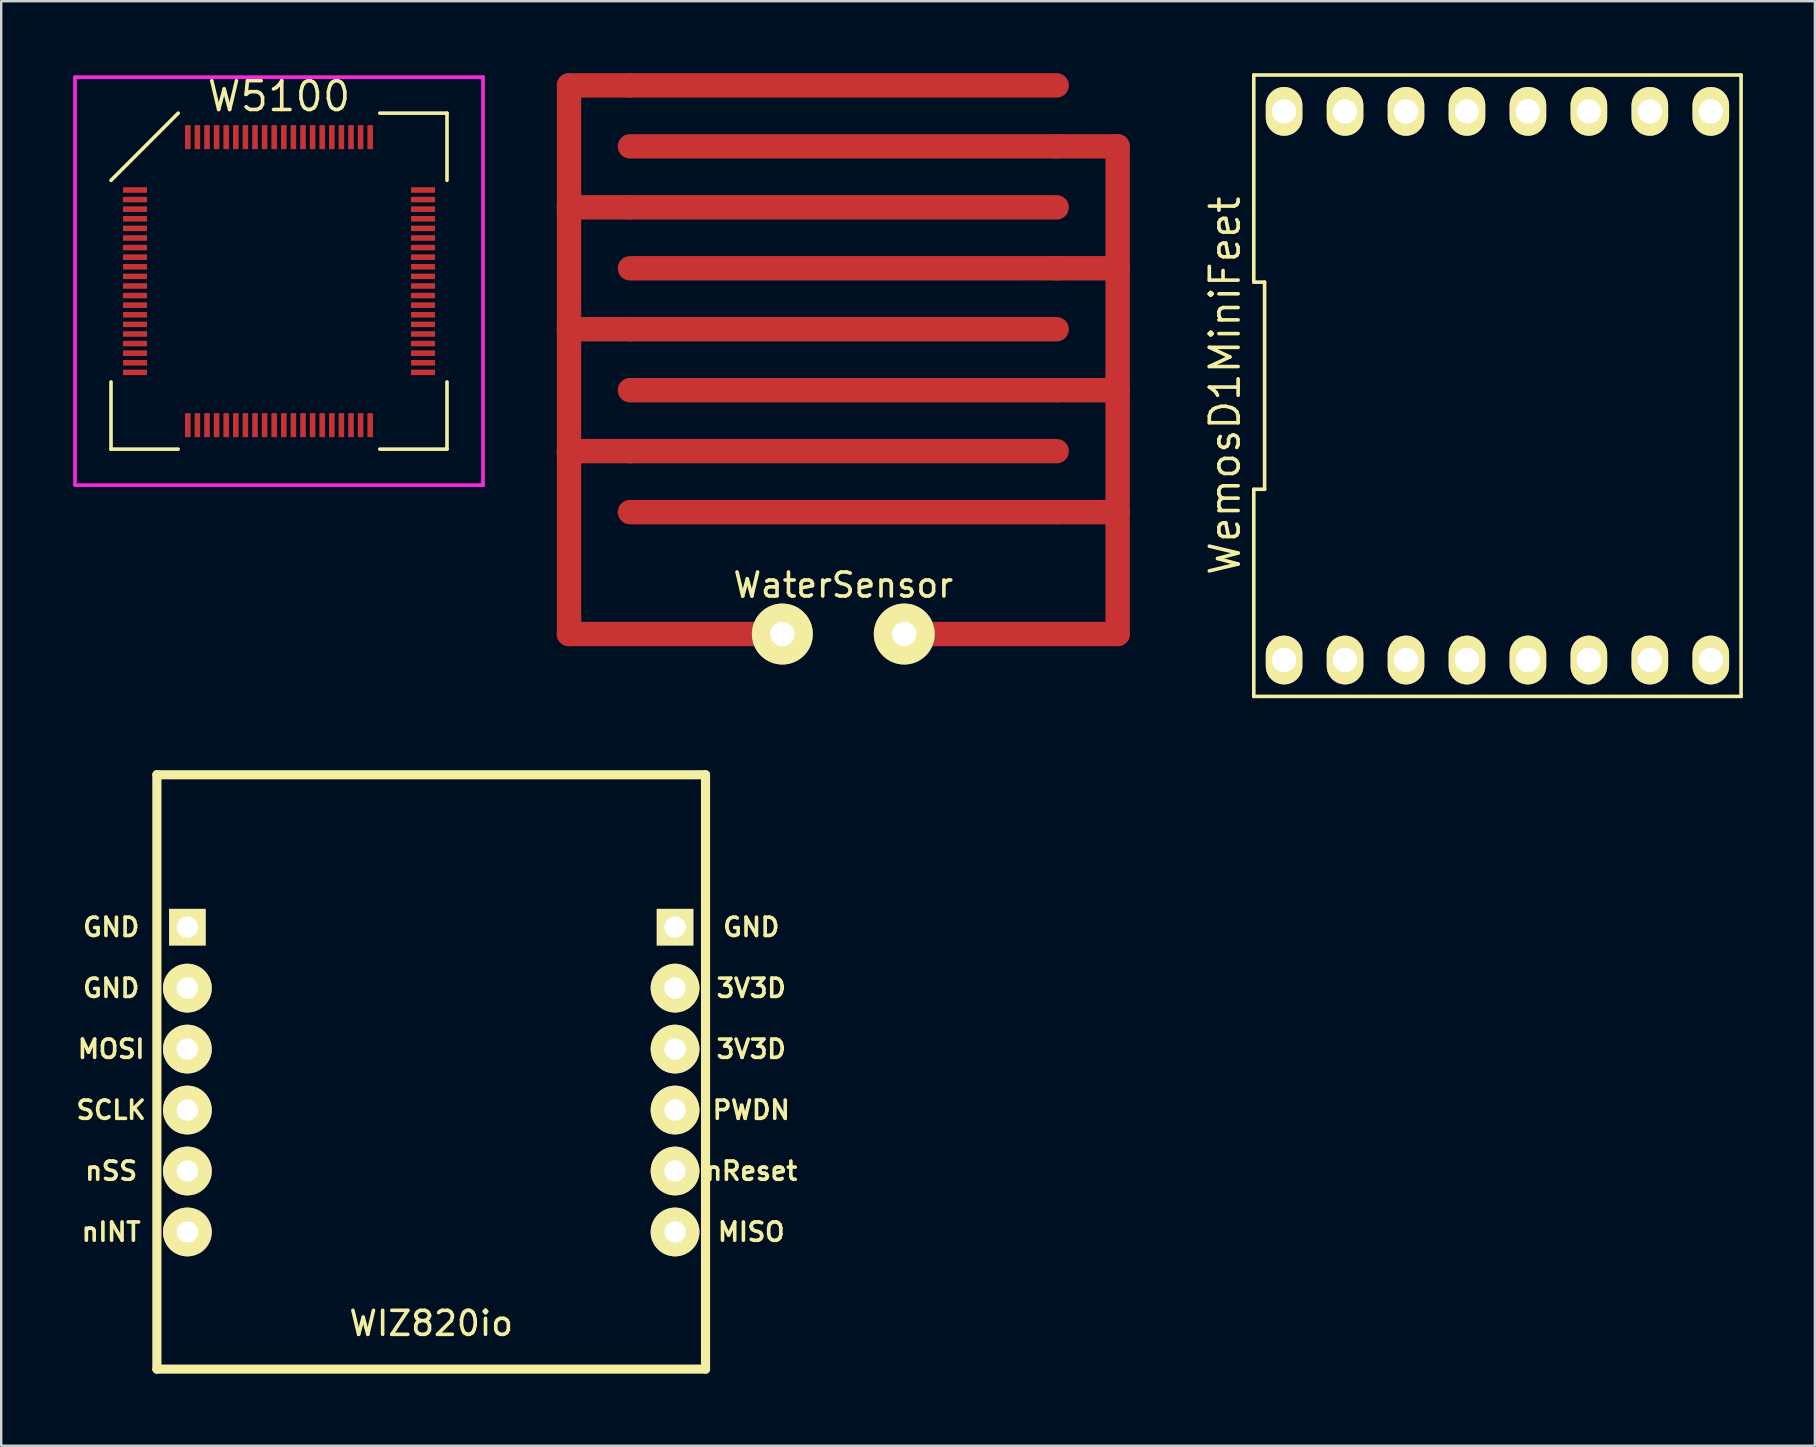
<source format=kicad_pcb>
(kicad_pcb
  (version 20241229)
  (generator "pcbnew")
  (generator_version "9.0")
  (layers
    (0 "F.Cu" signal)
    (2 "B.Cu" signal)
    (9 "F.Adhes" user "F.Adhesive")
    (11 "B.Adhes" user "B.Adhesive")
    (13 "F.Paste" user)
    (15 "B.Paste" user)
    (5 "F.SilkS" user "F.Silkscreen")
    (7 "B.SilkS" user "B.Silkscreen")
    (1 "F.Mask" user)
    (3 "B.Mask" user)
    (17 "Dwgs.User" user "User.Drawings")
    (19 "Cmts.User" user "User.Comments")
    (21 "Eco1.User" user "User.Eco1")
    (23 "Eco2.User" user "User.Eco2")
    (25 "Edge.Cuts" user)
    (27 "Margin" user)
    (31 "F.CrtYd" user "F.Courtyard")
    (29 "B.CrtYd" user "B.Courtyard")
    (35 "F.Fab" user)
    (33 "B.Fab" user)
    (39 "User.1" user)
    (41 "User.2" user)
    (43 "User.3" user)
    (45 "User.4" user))
  (footprint "WaterSensor"
    (layer "F.Cu")
    (at 32.088 20.828)
    (property "Reference" "WaterSensor" (at 0 0.5 0) (layer "F.SilkS") (effects (font (size 1 1) (thickness 0.15))))
    (attr through_hole)
    (fp_line (start -11.43 -20.32) (end -11.43 -15.24) (stroke (width 1.016) (type solid)) (layer "F.Cu"))
    (fp_line (start -11.43 -15.24) (end -8.89 -15.24) (stroke (width 1.016) (type solid)) (layer "F.Cu"))
    (fp_line (start -11.43 -10.16) (end -11.43 -15.24) (stroke (width 1.016) (type solid)) (layer "F.Cu"))
    (fp_line (start -11.43 -10.16) (end -11.43 -5.08) (stroke (width 1.016) (type solid)) (layer "F.Cu"))
    (fp_line (start -11.43 -5.08) (end -8.89 -5.08) (stroke (width 1.016) (type solid)) (layer "F.Cu"))
    (fp_line (start -11.43 2.54) (end -11.43 -5.08) (stroke (width 1.016) (type solid)) (layer "F.Cu"))
    (fp_line (start -8.89 -20.32) (end -11.43 -20.32) (stroke (width 1.016) (type solid)) (layer "F.Cu"))
    (fp_line (start -8.89 -20.32) (end 8.89 -20.32) (stroke (width 1.016) (type solid)) (layer "F.Cu"))
    (fp_line (start -8.89 -12.7) (end 8.89 -12.7) (stroke (width 1.016) (type solid)) (layer "F.Cu"))
    (fp_line (start -8.89 -10.16) (end -11.43 -10.16) (stroke (width 1.016) (type solid)) (layer "F.Cu"))
    (fp_line (start -8.89 -10.16) (end 8.89 -10.16) (stroke (width 1.016) (type solid)) (layer "F.Cu"))
    (fp_line (start -8.89 -5.08) (end 8.89 -5.08) (stroke (width 1.016) (type solid)) (layer "F.Cu"))
    (fp_line (start -8.89 -2.54) (end 8.89 -2.54) (stroke (width 1.016) (type solid)) (layer "F.Cu"))
    (fp_line (start -2.54 2.54) (end -11.43 2.54) (stroke (width 1.016) (type solid)) (layer "F.Cu"))
    (fp_line (start 2.54 2.54) (end 11.43 2.54) (stroke (width 1.016) (type solid)) (layer "F.Cu"))
    (fp_line (start 8.89 -17.78) (end -8.89 -17.78) (stroke (width 1.016) (type solid)) (layer "F.Cu"))
    (fp_line (start 8.89 -15.24) (end -8.89 -15.24) (stroke (width 1.016) (type solid)) (layer "F.Cu"))
    (fp_line (start 8.89 -7.62) (end -8.89 -7.62) (stroke (width 1.016) (type solid)) (layer "F.Cu"))
    (fp_line (start 8.89 -2.54) (end 11.43 -2.54) (stroke (width 1.016) (type solid)) (layer "F.Cu"))
    (fp_line (start 11.43 -17.78) (end 8.89 -17.78) (stroke (width 1.016) (type solid)) (layer "F.Cu"))
    (fp_line (start 11.43 -12.7) (end 8.89 -12.7) (stroke (width 1.016) (type solid)) (layer "F.Cu"))
    (fp_line (start 11.43 -12.7) (end 11.43 -17.78) (stroke (width 1.016) (type solid)) (layer "F.Cu"))
    (fp_line (start 11.43 -7.62) (end 8.89 -7.62) (stroke (width 1.016) (type solid)) (layer "F.Cu"))
    (fp_line (start 11.43 -7.62) (end 11.43 -12.7) (stroke (width 1.016) (type solid)) (layer "F.Cu"))
    (fp_line (start 11.43 -2.54) (end 11.43 -7.62) (stroke (width 1.016) (type solid)) (layer "F.Cu"))
    (fp_line (start 11.43 2.54) (end 11.43 -2.54) (stroke (width 1.016) (type solid)) (layer "F.Cu"))
    (fp_line (start -8.89 -20.32) (end 8.89 -20.32) (stroke (width 1.016) (type solid)) (layer "F.Mask"))
    (fp_line (start -8.89 -12.7) (end 8.89 -12.7) (stroke (width 1.016) (type solid)) (layer "F.Mask"))
    (fp_line (start -8.89 -10.16) (end 8.89 -10.16) (stroke (width 1.016) (type solid)) (layer "F.Mask"))
    (fp_line (start -8.89 -5.08) (end 8.89 -5.08) (stroke (width 1.016) (type solid)) (layer "F.Mask"))
    (fp_line (start -8.89 -2.54) (end 8.89 -2.54) (stroke (width 1.016) (type solid)) (layer "F.Mask"))
    (fp_line (start 8.89 -17.78) (end -8.89 -17.78) (stroke (width 1.016) (type solid)) (layer "F.Mask"))
    (fp_line (start 8.89 -15.24) (end -8.89 -15.24) (stroke (width 1.016) (type solid)) (layer "F.Mask"))
    (fp_line (start 8.89 -7.62) (end -8.89 -7.62) (stroke (width 1.016) (type solid)) (layer "F.Mask"))
    (pad "1" thru_hole circle (at -2.54 2.54) (size 2.54 2.54) (drill 1.016) (layers "*.Cu" "*.Mask" "F.SilkS"))
    (pad "2" thru_hole circle (at 2.54 2.54) (size 2.54 2.54) (drill 1.016) (layers "*.Cu" "*.Mask" "F.SilkS")))
  (footprint "WemosD1MiniFeet"
    (layer "F.Cu")
    (at 59.343 13.021)
    (property "Reference" "WemosD1MiniFeet" (at -11.352 0 90) (layer "F.SilkS") (effects (font (size 1.2 1.2) (thickness 0.15))))
    (attr through_hole)
    (fp_line (start -10.152 -12.946) (end -10.152 -4.315) (stroke (width 0.15) (type solid)) (layer "F.SilkS"))
    (fp_line (start -10.152 -4.315) (end -9.702 -4.315) (stroke (width 0.15) (type solid)) (layer "F.SilkS"))
    (fp_line (start -10.152 4.315) (end -10.152 12.946) (stroke (width 0.15) (type solid)) (layer "F.SilkS"))
    (fp_line (start -10.152 12.946) (end 10.152 12.946) (stroke (width 0.15) (type solid)) (layer "F.SilkS"))
    (fp_line (start -9.702 -4.315) (end -9.702 4.315) (stroke (width 0.15) (type solid)) (layer "F.SilkS"))
    (fp_line (start -9.702 4.315) (end -10.152 4.315) (stroke (width 0.15) (type solid)) (layer "F.SilkS"))
    (fp_line (start 10.152 -12.946) (end -10.152 -12.946) (stroke (width 0.15) (type solid)) (layer "F.SilkS"))
    (fp_line (start 10.152 12.946) (end 10.152 -12.946) (stroke (width 0.15) (type solid)) (layer "F.SilkS"))
    (pad "1" thru_hole oval (at -8.89 11.43) (size 1.524 2.032) (drill 1.016) (layers "*.Cu" "*.Mask" "F.SilkS"))
    (pad "2" thru_hole oval (at -6.35 11.43) (size 1.524 2.032) (drill 1.016) (layers "*.Cu" "*.Mask" "F.SilkS"))
    (pad "3" thru_hole oval (at -3.81 11.43) (size 1.524 2.032) (drill 1.016) (layers "*.Cu" "*.Mask" "F.SilkS"))
    (pad "4" thru_hole oval (at -1.27 11.43) (size 1.524 2.032) (drill 1.016) (layers "*.Cu" "*.Mask" "F.SilkS"))
    (pad "5" thru_hole oval (at 1.27 11.43) (size 1.524 2.032) (drill 1.016) (layers "*.Cu" "*.Mask" "F.SilkS"))
    (pad "6" thru_hole oval (at 3.81 11.43) (size 1.524 2.032) (drill 1.016) (layers "*.Cu" "*.Mask" "F.SilkS"))
    (pad "7" thru_hole oval (at 6.35 11.43) (size 1.524 2.032) (drill 1.016) (layers "*.Cu" "*.Mask" "F.SilkS"))
    (pad "8" thru_hole oval (at 8.89 11.43) (size 1.524 2.032) (drill 1.016) (layers "*.Cu" "*.Mask" "F.SilkS"))
    (pad "9" thru_hole oval (at 8.89 -11.43) (size 1.524 2.032) (drill 1.016) (layers "*.Cu" "*.Mask" "F.SilkS"))
    (pad "10" thru_hole oval (at 6.35 -11.43) (size 1.524 2.032) (drill 1.016) (layers "*.Cu" "*.Mask" "F.SilkS"))
    (pad "11" thru_hole oval (at 3.81 -11.43) (size 1.524 2.032) (drill 1.016) (layers "*.Cu" "*.Mask" "F.SilkS"))
    (pad "12" thru_hole oval (at 1.27 -11.43) (size 1.524 2.032) (drill 1.016) (layers "*.Cu" "*.Mask" "F.SilkS"))
    (pad "13" thru_hole oval (at -1.27 -11.43) (size 1.524 2.032) (drill 1.016) (layers "*.Cu" "*.Mask" "F.SilkS"))
    (pad "14" thru_hole oval (at -3.81 -11.43) (size 1.524 2.032) (drill 1.016) (layers "*.Cu" "*.Mask" "F.SilkS"))
    (pad "15" thru_hole oval (at -6.35 -11.43) (size 1.524 2.032) (drill 1.016) (layers "*.Cu" "*.Mask" "F.SilkS"))
    (pad "16" thru_hole oval (at -8.89 -11.43) (size 1.524 2.032) (drill 1.016) (layers "*.Cu" "*.Mask" "F.SilkS")))
  (footprint "W5100"
    (layer "F.Cu")
    (at 8.575 8.665)
    (property "Reference" "W5100" (at 0 -7.7 0) (layer "F.SilkS") (effects (font (size 1.2 1.2) (thickness 0.15))))
    (attr through_hole)
    (fp_line (start -7 -4.2) (end -4.2 -7) (stroke (width 0.15) (type solid)) (layer "F.SilkS"))
    (fp_line (start -7 7) (end -7 4.2) (stroke (width 0.15) (type solid)) (layer "F.SilkS"))
    (fp_line (start -4.2 7) (end -7 7) (stroke (width 0.15) (type solid)) (layer "F.SilkS"))
    (fp_line (start 4.2 -7) (end 7 -7) (stroke (width 0.15) (type solid)) (layer "F.SilkS"))
    (fp_line (start 4.2 7) (end 7 7) (stroke (width 0.15) (type solid)) (layer "F.SilkS"))
    (fp_line (start 7 -7) (end 7 -4.2) (stroke (width 0.15) (type solid)) (layer "F.SilkS"))
    (fp_line (start 7 7) (end 7 4.2) (stroke (width 0.15) (type solid)) (layer "F.SilkS"))
    (fp_line (start -8.5 -8.5) (end 8.5 -8.5) (stroke (width 0.15) (type solid)) (layer "F.CrtYd"))
    (fp_line (start -8.5 8.5) (end -8.5 -8.5) (stroke (width 0.15) (type solid)) (layer "F.CrtYd"))
    (fp_line (start 8.5 -8.5) (end 8.5 8.5) (stroke (width 0.15) (type solid)) (layer "F.CrtYd"))
    (fp_line (start 8.5 8.5) (end -8.5 8.5) (stroke (width 0.15) (type solid)) (layer "F.CrtYd"))
    (pad "1" smd rect (at -6 -3.8 90) (size 0.23 1) (layers "F.Cu" "F.Mask" "F.Paste"))
    (pad "2" smd rect (at -6 -3.4 90) (size 0.23 1) (layers "F.Cu" "F.Mask" "F.Paste"))
    (pad "3" smd rect (at -6 -3 90) (size 0.23 1) (layers "F.Cu" "F.Mask" "F.Paste"))
    (pad "4" smd rect (at -6 -2.6 90) (size 0.23 1) (layers "F.Cu" "F.Mask" "F.Paste"))
    (pad "5" smd rect (at -6 -2.2 90) (size 0.23 1) (layers "F.Cu" "F.Mask" "F.Paste"))
    (pad "6" smd rect (at -6 -1.8 90) (size 0.23 1) (layers "F.Cu" "F.Mask" "F.Paste"))
    (pad "7" smd rect (at -6 -1.4 90) (size 0.23 1) (layers "F.Cu" "F.Mask" "F.Paste"))
    (pad "8" smd rect (at -6 -1 90) (size 0.23 1) (layers "F.Cu" "F.Mask" "F.Paste"))
    (pad "9" smd rect (at -6 -0.6 90) (size 0.23 1) (layers "F.Cu" "F.Mask" "F.Paste"))
    (pad "10" smd rect (at -6 -0.2 90) (size 0.23 1) (layers "F.Cu" "F.Mask" "F.Paste"))
    (pad "11" smd rect (at -6 0.2 90) (size 0.23 1) (layers "F.Cu" "F.Mask" "F.Paste"))
    (pad "12" smd rect (at -6 0.6 90) (size 0.23 1) (layers "F.Cu" "F.Mask" "F.Paste"))
    (pad "13" smd rect (at -6 1 90) (size 0.23 1) (layers "F.Cu" "F.Mask" "F.Paste"))
    (pad "14" smd rect (at -6 1.4 90) (size 0.23 1) (layers "F.Cu" "F.Mask" "F.Paste"))
    (pad "15" smd rect (at -6 1.8 90) (size 0.23 1) (layers "F.Cu" "F.Mask" "F.Paste"))
    (pad "16" smd rect (at -6 2.2 90) (size 0.23 1) (layers "F.Cu" "F.Mask" "F.Paste"))
    (pad "17" smd rect (at -6 2.6 90) (size 0.23 1) (layers "F.Cu" "F.Mask" "F.Paste"))
    (pad "18" smd rect (at -6 3 90) (size 0.23 1) (layers "F.Cu" "F.Mask" "F.Paste"))
    (pad "19" smd rect (at -6 3.4 90) (size 0.23 1) (layers "F.Cu" "F.Mask" "F.Paste"))
    (pad "20" smd rect (at -6 3.8 90) (size 0.23 1) (layers "F.Cu" "F.Mask" "F.Paste"))
    (pad "21" smd rect (at -3.8 6) (size 0.23 1) (layers "F.Cu" "F.Mask" "F.Paste"))
    (pad "22" smd rect (at -3.4 6) (size 0.23 1) (layers "F.Cu" "F.Mask" "F.Paste"))
    (pad "23" smd rect (at -3 6) (size 0.23 1) (layers "F.Cu" "F.Mask" "F.Paste"))
    (pad "24" smd rect (at -2.6 6) (size 0.23 1) (layers "F.Cu" "F.Mask" "F.Paste"))
    (pad "25" smd rect (at -2.2 6) (size 0.23 1) (layers "F.Cu" "F.Mask" "F.Paste"))
    (pad "26" smd rect (at -1.8 6) (size 0.23 1) (layers "F.Cu" "F.Mask" "F.Paste"))
    (pad "27" smd rect (at -1.4 6) (size 0.23 1) (layers "F.Cu" "F.Mask" "F.Paste"))
    (pad "28" smd rect (at -1 6) (size 0.23 1) (layers "F.Cu" "F.Mask" "F.Paste"))
    (pad "29" smd rect (at -0.6 6) (size 0.23 1) (layers "F.Cu" "F.Mask" "F.Paste"))
    (pad "30" smd rect (at -0.2 6) (size 0.23 1) (layers "F.Cu" "F.Mask" "F.Paste"))
    (pad "31" smd rect (at 0.2 6) (size 0.23 1) (layers "F.Cu" "F.Mask" "F.Paste"))
    (pad "32" smd rect (at 0.6 6) (size 0.23 1) (layers "F.Cu" "F.Mask" "F.Paste"))
    (pad "33" smd rect (at 1 6) (size 0.23 1) (layers "F.Cu" "F.Mask" "F.Paste"))
    (pad "34" smd rect (at 1.4 6) (size 0.23 1) (layers "F.Cu" "F.Mask" "F.Paste"))
    (pad "35" smd rect (at 1.8 6) (size 0.23 1) (layers "F.Cu" "F.Mask" "F.Paste"))
    (pad "36" smd rect (at 2.2 6) (size 0.23 1) (layers "F.Cu" "F.Mask" "F.Paste"))
    (pad "37" smd rect (at 2.6 6) (size 0.23 1) (layers "F.Cu" "F.Mask" "F.Paste"))
    (pad "38" smd rect (at 3 6) (size 0.23 1) (layers "F.Cu" "F.Mask" "F.Paste"))
    (pad "39" smd rect (at 3.4 6) (size 0.23 1) (layers "F.Cu" "F.Mask" "F.Paste"))
    (pad "40" smd rect (at 3.8 6) (size 0.23 1) (layers "F.Cu" "F.Mask" "F.Paste"))
    (pad "41" smd rect (at 6 3.8 90) (size 0.23 1) (layers "F.Cu" "F.Mask" "F.Paste"))
    (pad "42" smd rect (at 6 3.4 90) (size 0.23 1) (layers "F.Cu" "F.Mask" "F.Paste"))
    (pad "43" smd rect (at 6 3 90) (size 0.23 1) (layers "F.Cu" "F.Mask" "F.Paste"))
    (pad "44" smd rect (at 6 2.6 90) (size 0.23 1) (layers "F.Cu" "F.Mask" "F.Paste"))
    (pad "45" smd rect (at 6 2.2 90) (size 0.23 1) (layers "F.Cu" "F.Mask" "F.Paste"))
    (pad "46" smd rect (at 6 1.8 90) (size 0.23 1) (layers "F.Cu" "F.Mask" "F.Paste"))
    (pad "47" smd rect (at 6 1.4 90) (size 0.23 1) (layers "F.Cu" "F.Mask" "F.Paste"))
    (pad "48" smd rect (at 6 1 90) (size 0.23 1) (layers "F.Cu" "F.Mask" "F.Paste"))
    (pad "49" smd rect (at 6 0.6 90) (size 0.23 1) (layers "F.Cu" "F.Mask" "F.Paste"))
    (pad "50" smd rect (at 6 0.2 90) (size 0.23 1) (layers "F.Cu" "F.Mask" "F.Paste"))
    (pad "51" smd rect (at 6 -0.2 90) (size 0.23 1) (layers "F.Cu" "F.Mask" "F.Paste"))
    (pad "52" smd rect (at 6 -0.6 90) (size 0.23 1) (layers "F.Cu" "F.Mask" "F.Paste"))
    (pad "53" smd rect (at 6 -1 90) (size 0.23 1) (layers "F.Cu" "F.Mask" "F.Paste"))
    (pad "54" smd rect (at 6 -1.4 90) (size 0.23 1) (layers "F.Cu" "F.Mask" "F.Paste"))
    (pad "55" smd rect (at 6 -1.8 90) (size 0.23 1) (layers "F.Cu" "F.Mask" "F.Paste"))
    (pad "56" smd rect (at 6 -2.2 90) (size 0.23 1) (layers "F.Cu" "F.Mask" "F.Paste"))
    (pad "57" smd rect (at 6 -2.6 90) (size 0.23 1) (layers "F.Cu" "F.Mask" "F.Paste"))
    (pad "58" smd rect (at 6 -3 90) (size 0.23 1) (layers "F.Cu" "F.Mask" "F.Paste"))
    (pad "59" smd rect (at 6 -3.4 90) (size 0.23 1) (layers "F.Cu" "F.Mask" "F.Paste"))
    (pad "60" smd rect (at 6 -3.8 90) (size 0.23 1) (layers "F.Cu" "F.Mask" "F.Paste"))
    (pad "61" smd rect (at 3.8 -6) (size 0.23 1) (layers "F.Cu" "F.Mask" "F.Paste"))
    (pad "62" smd rect (at 3.4 -6) (size 0.23 1) (layers "F.Cu" "F.Mask" "F.Paste"))
    (pad "63" smd rect (at 3 -6) (size 0.23 1) (layers "F.Cu" "F.Mask" "F.Paste"))
    (pad "64" smd rect (at 2.6 -6) (size 0.23 1) (layers "F.Cu" "F.Mask" "F.Paste"))
    (pad "65" smd rect (at 2.2 -6) (size 0.23 1) (layers "F.Cu" "F.Mask" "F.Paste"))
    (pad "66" smd rect (at 1.8 -6) (size 0.23 1) (layers "F.Cu" "F.Mask" "F.Paste"))
    (pad "67" smd rect (at 1.4 -6) (size 0.23 1) (layers "F.Cu" "F.Mask" "F.Paste"))
    (pad "68" smd rect (at 1 -6) (size 0.23 1) (layers "F.Cu" "F.Mask" "F.Paste"))
    (pad "69" smd rect (at 0.6 -6) (size 0.23 1) (layers "F.Cu" "F.Mask" "F.Paste"))
    (pad "70" smd rect (at 0.2 -6) (size 0.23 1) (layers "F.Cu" "F.Mask" "F.Paste"))
    (pad "71" smd rect (at -0.2 -6) (size 0.23 1) (layers "F.Cu" "F.Mask" "F.Paste"))
    (pad "72" smd rect (at -0.6 -6) (size 0.23 1) (layers "F.Cu" "F.Mask" "F.Paste"))
    (pad "73" smd rect (at -1 -6) (size 0.23 1) (layers "F.Cu" "F.Mask" "F.Paste"))
    (pad "74" smd rect (at -1.4 -6) (size 0.23 1) (layers "F.Cu" "F.Mask" "F.Paste"))
    (pad "75" smd rect (at -1.8 -6) (size 0.23 1) (layers "F.Cu" "F.Mask" "F.Paste"))
    (pad "76" smd rect (at -2.2 -6) (size 0.23 1) (layers "F.Cu" "F.Mask" "F.Paste"))
    (pad "77" smd rect (at -2.6 -6) (size 0.23 1) (layers "F.Cu" "F.Mask" "F.Paste"))
    (pad "78" smd rect (at -3 -6) (size 0.23 1) (layers "F.Cu" "F.Mask" "F.Paste"))
    (pad "79" smd rect (at -3.4 -6) (size 0.23 1) (layers "F.Cu" "F.Mask" "F.Paste"))
    (pad "80" smd rect (at -3.8 -6) (size 0.23 1) (layers "F.Cu" "F.Mask" "F.Paste")))
  (footprint "WIZ820io"
    (layer "F.Cu")
    (at 14.917 41.932)
    (property "Reference" "WIZ820io" (at 0 10.16 0) (layer "F.SilkS") (effects (font (size 1 1) (thickness 0.15))))
    (attr through_hole)
    (fp_line (start -11.43 -12.7) (end 11.43 -12.7) (stroke (width 0.381) (type solid)) (layer "F.SilkS"))
    (fp_line (start -11.43 12.065) (end -11.43 -12.7) (stroke (width 0.381) (type solid)) (layer "F.SilkS"))
    (fp_line (start 11.43 -12.7) (end 11.43 12.065) (stroke (width 0.381) (type solid)) (layer "F.SilkS"))
    (fp_line (start 11.43 12.065) (end -11.43 12.065) (stroke (width 0.381) (type solid)) (layer "F.SilkS"))
    (fp_text user "nReset" (at 13.335 3.81 0) (layer "F.SilkS") (effects (font (size 0.762 0.762) (thickness 0.15))))
    (fp_text user "PWDN" (at 13.335 1.27 0) (layer "F.SilkS") (effects (font (size 0.762 0.762) (thickness 0.15))))
    (fp_text user "GND" (at -13.335 -6.35 0) (layer "F.SilkS") (effects (font (size 0.762 0.762) (thickness 0.15))))
    (fp_text user "GND" (at -13.335 -3.81 0) (layer "F.SilkS") (effects (font (size 0.762 0.762) (thickness 0.15))))
    (fp_text user "nSS" (at -13.335 3.81 0) (layer "F.SilkS") (effects (font (size 0.762 0.762) (thickness 0.15))))
    (fp_text user "MISO" (at 13.335 6.35 0) (layer "F.SilkS") (effects (font (size 0.762 0.762) (thickness 0.15))))
    (fp_text user "GND" (at 13.335 -6.35 0) (layer "F.SilkS") (effects (font (size 0.762 0.762) (thickness 0.15))))
    (fp_text user "nINT" (at -13.335 6.35 0) (layer "F.SilkS") (effects (font (size 0.762 0.762) (thickness 0.15))))
    (fp_text user "SCLK" (at -13.335 1.27 0) (layer "F.SilkS") (effects (font (size 0.762 0.762) (thickness 0.15))))
    (fp_text user "3V3D" (at 13.335 -1.27 0) (layer "F.SilkS") (effects (font (size 0.762 0.762) (thickness 0.15))))
    (fp_text user "MOSI" (at -13.335 -1.27 0) (layer "F.SilkS") (effects (font (size 0.762 0.762) (thickness 0.15))))
    (fp_text user "3V3D" (at 13.335 -3.81 0) (layer "F.SilkS") (effects (font (size 0.762 0.762) (thickness 0.15))))
    (pad "1" thru_hole rect (at -10.16 -6.35) (size 1.524 1.524) (drill 0.889) (layers "*.Cu" "*.Mask" "F.SilkS"))
    (pad "2" thru_hole circle (at -10.16 -3.81) (size 2.032 2.032) (drill 0.889) (layers "*.Cu" "*.Mask" "F.SilkS"))
    (pad "3" thru_hole circle (at -10.16 -1.27) (size 2.032 2.032) (drill 0.889) (layers "*.Cu" "*.Mask" "F.SilkS"))
    (pad "4" thru_hole circle (at -10.16 1.27) (size 2.032 2.032) (drill 0.889) (layers "*.Cu" "*.Mask" "F.SilkS"))
    (pad "5" thru_hole circle (at -10.16 3.81) (size 2.032 2.032) (drill 0.889) (layers "*.Cu" "*.Mask" "F.SilkS"))
    (pad "6" thru_hole circle (at -10.16 6.35) (size 2.032 2.032) (drill 0.889) (layers "*.Cu" "*.Mask" "F.SilkS"))
    (pad "7" thru_hole rect (at 10.16 -6.35) (size 1.524 1.524) (drill 0.889) (layers "*.Cu" "*.Mask" "F.SilkS"))
    (pad "8" thru_hole circle (at 10.16 -3.81) (size 2.032 2.032) (drill 0.889) (layers "*.Cu" "*.Mask" "F.SilkS"))
    (pad "9" thru_hole circle (at 10.16 -1.27) (size 2.032 2.032) (drill 0.889) (layers "*.Cu" "*.Mask" "F.SilkS"))
    (pad "10" thru_hole circle (at 10.16 1.27) (size 2.032 2.032) (drill 0.889) (layers "*.Cu" "*.Mask" "F.SilkS"))
    (pad "11" thru_hole circle (at 10.16 3.81) (size 2.032 2.032) (drill 0.889) (layers "*.Cu" "*.Mask" "F.SilkS"))
    (pad "12" thru_hole circle (at 10.16 6.35) (size 2.032 2.032) (drill 0.889) (layers "*.Cu" "*.Mask" "F.SilkS")))
  (gr_rect
    (start -3 -3)
    (end 72.57 57.188)
    (stroke (width 0.1) (type default))
    (fill no)
    (layer "Edge.Cuts")))
</source>
